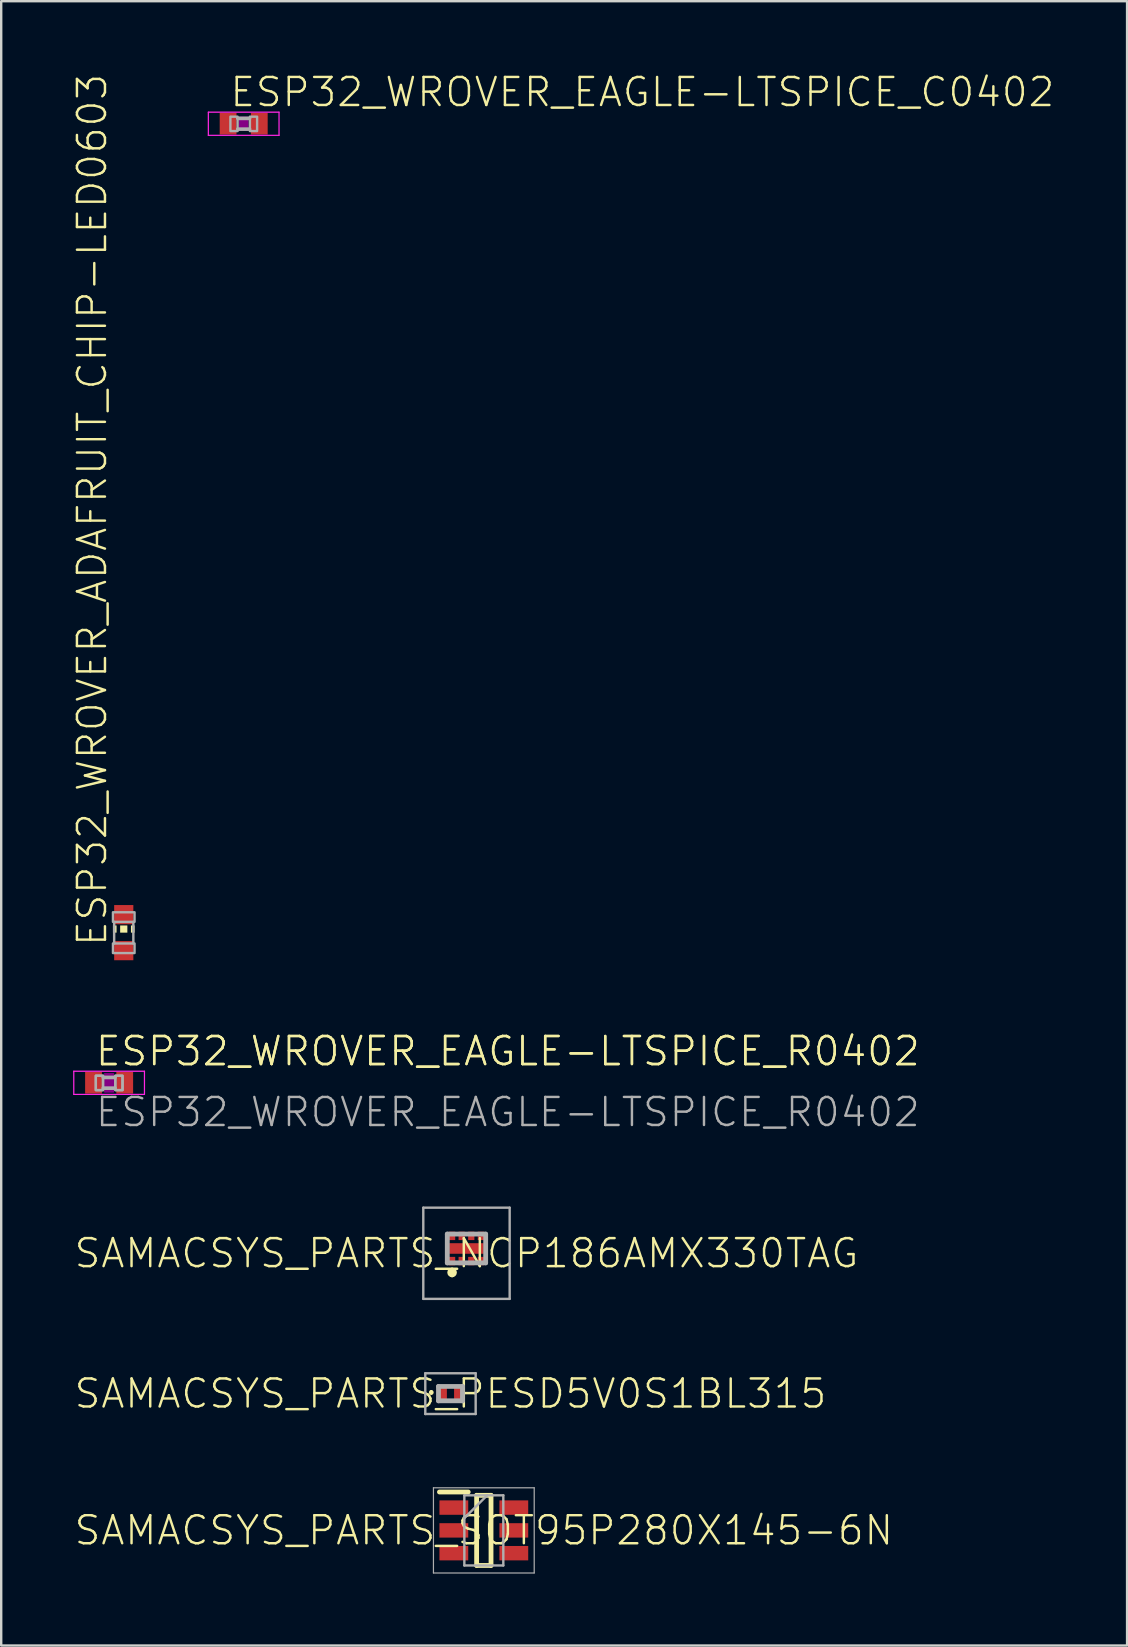
<source format=kicad_pcb>
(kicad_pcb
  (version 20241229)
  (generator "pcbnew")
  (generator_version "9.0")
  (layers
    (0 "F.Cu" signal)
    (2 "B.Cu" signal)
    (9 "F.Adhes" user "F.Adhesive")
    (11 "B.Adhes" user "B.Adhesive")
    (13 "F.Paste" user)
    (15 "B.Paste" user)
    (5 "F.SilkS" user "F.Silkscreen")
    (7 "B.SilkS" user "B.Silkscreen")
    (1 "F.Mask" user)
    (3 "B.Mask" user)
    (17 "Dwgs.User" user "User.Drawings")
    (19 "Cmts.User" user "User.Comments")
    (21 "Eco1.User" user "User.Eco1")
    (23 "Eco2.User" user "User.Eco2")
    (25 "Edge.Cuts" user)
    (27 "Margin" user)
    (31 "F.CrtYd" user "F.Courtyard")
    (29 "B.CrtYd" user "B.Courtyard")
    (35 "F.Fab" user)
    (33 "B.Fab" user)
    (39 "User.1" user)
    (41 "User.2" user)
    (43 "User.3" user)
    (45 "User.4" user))
  (footprint "ESP32_WROVER_EAGLE-LTSPICE_R0402"
    (layer "F.Cu")
    (at 1.498 42.082)
    (property "Reference" "ESP32_WROVER_EAGLE-LTSPICE_R0402" (at -0.635 -0.635 0) (layer "F.SilkS") (effects (font (size 1.168 1.168) (thickness 0.102)) (justify left bottom)))
    (property "Value" "ESP32_WROVER_EAGLE-LTSPICE_R0402" (at -0.635 1.905 0) (layer "F.Fab") (hide yes) (effects (font (size 1.168 1.168) (thickness 0.102)) (justify left bottom)))
    (fp_poly (pts (xy -0.2 0.4) (xy 0.2 0.4) (xy 0.2 -0.4) (xy -0.2 -0.4)) (stroke (width 0) (type default)) (fill yes) (layer "F.Adhes"))
    (fp_poly (pts (xy -0.2 0.4) (xy 0.2 0.4) (xy 0.2 -0.4) (xy -0.2 -0.4)) (stroke (width 0) (type default)) (fill yes) (layer "F.Adhes"))
    (fp_line (start -1.473 -0.483) (end 1.473 -0.483) (stroke (width 0.051) (type solid)) (layer "F.CrtYd"))
    (fp_line (start -1.473 0.483) (end -1.473 -0.483) (stroke (width 0.051) (type solid)) (layer "F.CrtYd"))
    (fp_line (start 1.473 -0.483) (end 1.473 0.483) (stroke (width 0.051) (type solid)) (layer "F.CrtYd"))
    (fp_line (start 1.473 0.483) (end -1.473 0.483) (stroke (width 0.051) (type solid)) (layer "F.CrtYd"))
    (fp_line (start -0.245 -0.224) (end 0.245 -0.224) (stroke (width 0.152) (type solid)) (layer "F.Fab"))
    (fp_line (start 0.245 0.224) (end -0.245 0.224) (stroke (width 0.152) (type solid)) (layer "F.Fab"))
    (fp_poly (pts (xy -0.554 0.305) (xy -0.254 0.305) (xy -0.254 -0.295) (xy -0.554 -0.295)) (stroke (width 0.1) (type default)) (fill no) (layer "F.Fab"))
    (fp_poly (pts (xy -0.554 0.305) (xy -0.254 0.305) (xy -0.254 -0.295) (xy -0.554 -0.295)) (stroke (width 0.1) (type default)) (fill no) (layer "F.Fab"))
    (fp_poly (pts (xy 0.259 0.305) (xy 0.559 0.305) (xy 0.559 -0.295) (xy 0.259 -0.295)) (stroke (width 0.1) (type default)) (fill no) (layer "F.Fab"))
    (fp_poly (pts (xy 0.259 0.305) (xy 0.559 0.305) (xy 0.559 -0.295) (xy 0.259 -0.295)) (stroke (width 0.1) (type default)) (fill no) (layer "F.Fab"))
    (fp_text user "${REFERENCE}" (at -0.635 -0.635 0) (layer "F.SilkS") (effects (font (size 1.168 1.168) (thickness 0.102)) (justify left bottom)))
    (fp_text user "${VALUE}" (at -0.635 1.905 0) (layer "F.Fab") (effects (font (size 1.168 1.168) (thickness 0.102)) (justify left bottom)))
    (pad "1" smd rect (at -0.65 0) (size 0.7 0.9) (layers "F.Cu" "F.Mask" "F.Paste"))
    (pad "2" smd rect (at 0.65 0) (size 0.7 0.9) (layers "F.Cu" "F.Mask" "F.Paste")))
  (footprint "SAMACSYS_PARTS_SOT95P280X145-6N"
    (layer "F.Cu")
    (at 17.116 60.737)
    (property "Reference" "SAMACSYS_PARTS_SOT95P280X145-6N" (at 0 0 0) (layer "F.SilkS") (effects (font (size 1.168 1.168) (thickness 0.102))))
    (fp_line (start -1.85 -1.6) (end -0.65 -1.6) (stroke (width 0.2) (type solid)) (layer "F.SilkS"))
    (fp_line (start -0.3 -1.462) (end 0.3 -1.462) (stroke (width 0.2) (type solid)) (layer "F.SilkS"))
    (fp_line (start -0.3 1.462) (end -0.3 -1.462) (stroke (width 0.2) (type solid)) (layer "F.SilkS"))
    (fp_line (start 0.3 -1.462) (end 0.3 1.462) (stroke (width 0.2) (type solid)) (layer "F.SilkS"))
    (fp_line (start 0.3 1.462) (end -0.3 1.462) (stroke (width 0.2) (type solid)) (layer "F.SilkS"))
    (fp_line (start -2.1 -1.775) (end 2.1 -1.775) (stroke (width 0.05) (type solid)) (layer "F.Fab"))
    (fp_line (start -2.1 1.775) (end -2.1 -1.775) (stroke (width 0.05) (type solid)) (layer "F.Fab"))
    (fp_line (start -0.812 -1.462) (end 0.138 -1.462) (stroke (width 0.1) (type solid)) (layer "F.Fab"))
    (fp_line (start -0.812 -0.512) (end -0.812 -1.462) (stroke (width 0.1) (type solid)) (layer "F.Fab"))
    (fp_line (start -0.812 -0.512) (end 0.138 -1.462) (stroke (width 0.1) (type solid)) (layer "F.Fab"))
    (fp_line (start -0.812 1.462) (end -0.812 -0.512) (stroke (width 0.1) (type solid)) (layer "F.Fab"))
    (fp_line (start 0.138 -1.462) (end 0.812 -1.462) (stroke (width 0.1) (type solid)) (layer "F.Fab"))
    (fp_line (start 0.812 -1.462) (end 0.812 1.462) (stroke (width 0.1) (type solid)) (layer "F.Fab"))
    (fp_line (start 0.812 1.462) (end -0.812 1.462) (stroke (width 0.1) (type solid)) (layer "F.Fab"))
    (fp_line (start 2.1 -1.775) (end 2.1 1.775) (stroke (width 0.05) (type solid)) (layer "F.Fab"))
    (fp_line (start 2.1 1.775) (end -2.1 1.775) (stroke (width 0.05) (type solid)) (layer "F.Fab"))
    (pad "1" smd rect (at -1.25 -0.95) (size 1.2 0.6) (layers "F.Cu" "F.Mask" "F.Paste"))
    (pad "2" smd rect (at -1.25 0) (size 1.2 0.6) (layers "F.Cu" "F.Mask" "F.Paste"))
    (pad "3" smd rect (at -1.25 0.95) (size 1.2 0.6) (layers "F.Cu" "F.Mask" "F.Paste"))
    (pad "4" smd rect (at 1.25 0.95) (size 1.2 0.6) (layers "F.Cu" "F.Mask" "F.Paste"))
    (pad "5" smd rect (at 1.25 0) (size 1.2 0.6) (layers "F.Cu" "F.Mask" "F.Paste"))
    (pad "6" smd rect (at 1.25 -0.95) (size 1.2 0.6) (layers "F.Cu" "F.Mask" "F.Paste")))
  (footprint "SAMACSYS_PARTS_NCP186AMX330TAG"
    (layer "F.Cu")
    (at 16.393 49.237)
    (property "Reference" "SAMACSYS_PARTS_NCP186AMX330TAG" (at 0 -0.05 0) (layer "F.SilkS") (effects (font (size 1.168 1.168) (thickness 0.102))))
    (fp_arc (start -0.6 0.65) (mid -0.5 0.75) (end -0.6 0.85) (stroke (width 0.2) (type solid)) (layer "F.SilkS"))
    (fp_arc (start -0.6 0.85) (mid -0.7 0.75) (end -0.6 0.65) (stroke (width 0.2) (type solid)) (layer "F.SilkS"))
    (fp_line (start -1.8 -1.95) (end 1.8 -1.95) (stroke (width 0.1) (type solid)) (layer "F.Fab"))
    (fp_line (start -1.8 1.85) (end -1.8 -1.95) (stroke (width 0.1) (type solid)) (layer "F.Fab"))
    (fp_line (start -0.8 -0.85) (end 0.8 -0.85) (stroke (width 0.2) (type solid)) (layer "F.Fab"))
    (fp_line (start -0.8 0.35) (end -0.8 -0.85) (stroke (width 0.2) (type solid)) (layer "F.Fab"))
    (fp_line (start 0.8 -0.85) (end 0.8 0.35) (stroke (width 0.2) (type solid)) (layer "F.Fab"))
    (fp_line (start 0.8 0.35) (end -0.8 0.35) (stroke (width 0.2) (type solid)) (layer "F.Fab"))
    (fp_line (start 1.8 -1.95) (end 1.8 1.85) (stroke (width 0.1) (type solid)) (layer "F.Fab"))
    (fp_line (start 1.8 1.85) (end -1.8 1.85) (stroke (width 0.1) (type solid)) (layer "F.Fab"))
    (pad "1" smd rect (at -0.6 0.275 90) (size 0.35 0.26) (layers "F.Cu" "F.Mask" "F.Paste"))
    (pad "2" smd rect (at -0.2 0.275 90) (size 0.35 0.26) (layers "F.Cu" "F.Mask" "F.Paste"))
    (pad "3" smd rect (at 0.2 0.275 90) (size 0.35 0.26) (layers "F.Cu" "F.Mask" "F.Paste"))
    (pad "4" smd rect (at 0.6 0.275 90) (size 0.35 0.26) (layers "F.Cu" "F.Mask" "F.Paste"))
    (pad "5" smd rect (at 0.6 -0.775 90) (size 0.35 0.26) (layers "F.Cu" "F.Mask" "F.Paste"))
    (pad "6" smd rect (at 0.2 -0.775 90) (size 0.35 0.26) (layers "F.Cu" "F.Mask" "F.Paste"))
    (pad "7" smd rect (at -0.2 -0.775 90) (size 0.35 0.26) (layers "F.Cu" "F.Mask" "F.Paste"))
    (pad "8" smd rect (at -0.6 -0.775 90) (size 0.35 0.26) (layers "F.Cu" "F.Mask" "F.Paste"))
    (pad "9" smd rect (at 0 -0.25) (size 1.44 0.44) (layers "F.Cu" "F.Mask" "F.Paste")))
  (footprint "SAMACSYS_PARTS_PESD5V0S1BL315"
    (layer "F.Cu")
    (at 15.726 55.037)
    (property "Reference" "SAMACSYS_PARTS_PESD5V0S1BL315" (at 0 0 0) (layer "F.SilkS") (effects (font (size 1.168 1.168) (thickness 0.102))))
    (fp_arc (start -0.8 -0.1) (mid -0.75 -0.05) (end -0.8 0) (stroke (width 0.1) (type solid)) (layer "F.SilkS"))
    (fp_arc (start -0.8 0) (mid -0.85 -0.05) (end -0.8 -0.1) (stroke (width 0.1) (type solid)) (layer "F.SilkS"))
    (fp_line (start -1.05 -0.85) (end 1.05 -0.85) (stroke (width 0.1) (type solid)) (layer "F.Fab"))
    (fp_line (start -1.05 0.85) (end -1.05 -0.85) (stroke (width 0.1) (type solid)) (layer "F.Fab"))
    (fp_line (start -0.5 -0.3) (end 0.5 -0.3) (stroke (width 0.2) (type solid)) (layer "F.Fab"))
    (fp_line (start -0.5 0.3) (end -0.5 -0.3) (stroke (width 0.2) (type solid)) (layer "F.Fab"))
    (fp_line (start 0.5 -0.3) (end 0.5 0.3) (stroke (width 0.2) (type solid)) (layer "F.Fab"))
    (fp_line (start 0.5 0.3) (end -0.5 0.3) (stroke (width 0.2) (type solid)) (layer "F.Fab"))
    (fp_line (start 1.05 -0.85) (end 1.05 0.85) (stroke (width 0.1) (type solid)) (layer "F.Fab"))
    (fp_line (start 1.05 0.85) (end -1.05 0.85) (stroke (width 0.1) (type solid)) (layer "F.Fab"))
    (pad "1" smd rect (at -0.35 0 90) (size 0.7 0.4) (layers "F.Cu" "F.Mask" "F.Paste"))
    (pad "2" smd rect (at 0.35 0 90) (size 0.7 0.4) (layers "F.Cu" "F.Mask" "F.Paste")))
  (footprint "ESP32_WROVER_EAGLE-LTSPICE_C0402"
    (layer "F.Cu")
    (at 7.107 2.108)
    (property "Reference" "ESP32_WROVER_EAGLE-LTSPICE_C0402" (at -0.635 -0.635 0) (layer "F.SilkS") (effects (font (size 1.168 1.168) (thickness 0.102)) (justify left bottom)))
    (fp_poly (pts (xy -0.2 0.3) (xy 0.2 0.3) (xy 0.2 -0.3) (xy -0.2 -0.3)) (stroke (width 0) (type default)) (fill yes) (layer "F.Adhes"))
    (fp_line (start -1.473 -0.483) (end 1.473 -0.483) (stroke (width 0.051) (type solid)) (layer "F.CrtYd"))
    (fp_line (start -1.473 0.483) (end -1.473 -0.483) (stroke (width 0.051) (type solid)) (layer "F.CrtYd"))
    (fp_line (start 1.473 -0.483) (end 1.473 0.483) (stroke (width 0.051) (type solid)) (layer "F.CrtYd"))
    (fp_line (start 1.473 0.483) (end -1.473 0.483) (stroke (width 0.051) (type solid)) (layer "F.CrtYd"))
    (fp_line (start -0.245 -0.224) (end 0.245 -0.224) (stroke (width 0.152) (type solid)) (layer "F.Fab"))
    (fp_line (start 0.245 0.224) (end -0.245 0.224) (stroke (width 0.152) (type solid)) (layer "F.Fab"))
    (fp_poly (pts (xy -0.554 0.305) (xy -0.254 0.305) (xy -0.254 -0.295) (xy -0.554 -0.295)) (stroke (width 0.1) (type default)) (fill no) (layer "F.Fab"))
    (fp_poly (pts (xy 0.259 0.305) (xy 0.559 0.305) (xy 0.559 -0.295) (xy 0.259 -0.295)) (stroke (width 0.1) (type default)) (fill no) (layer "F.Fab"))
    (pad "1" smd rect (at -0.65 0) (size 0.7 0.9) (layers "F.Cu" "F.Mask" "F.Paste"))
    (pad "2" smd rect (at 0.65 0) (size 0.7 0.9) (layers "F.Cu" "F.Mask" "F.Paste")))
  (footprint "ESP32_WROVER_ADAFRUIT_CHIP-LED0603"
    (layer "F.Cu")
    (at 2.108 35.823)
    (property "Reference" "ESP32_WROVER_ADAFRUIT_CHIP-LED0603" (at -0.635 0.635 90) (layer "F.SilkS") (effects (font (size 1.168 1.168) (thickness 0.102)) (justify left bottom)))
    (fp_poly (pts (xy -0.45 0) (xy -0.3 0) (xy -0.3 -0.3) (xy -0.45 -0.3)) (stroke (width 0) (type default)) (fill yes) (layer "F.SilkS"))
    (fp_poly (pts (xy -0.15 0) (xy 0.15 0) (xy 0.15 -0.3) (xy -0.15 -0.3)) (stroke (width 0) (type default)) (fill yes) (layer "F.SilkS"))
    (fp_poly (pts (xy 0.3 0) (xy 0.45 0) (xy 0.45 -0.3) (xy 0.3 -0.3)) (stroke (width 0) (type default)) (fill yes) (layer "F.SilkS"))
    (fp_line (start -0.4 -0.45) (end -0.4 0.45) (stroke (width 0.102) (type solid)) (layer "F.Fab"))
    (fp_line (start 0.4 -0.45) (end 0.4 0.45) (stroke (width 0.102) (type solid)) (layer "F.Fab"))
    (fp_poly (pts (xy -0.45 -0.45) (xy 0.45 -0.45) (xy 0.45 -0.85) (xy -0.45 -0.85)) (stroke (width 0.1) (type default)) (fill no) (layer "F.Fab"))
    (fp_poly (pts (xy -0.45 0.85) (xy 0.45 0.85) (xy 0.45 0.45) (xy -0.45 0.45)) (stroke (width 0.1) (type default)) (fill no) (layer "F.Fab"))
    (pad "A" smd rect (at 0 0.75) (size 0.8 0.8) (layers "F.Cu" "F.Mask" "F.Paste"))
    (pad "C" smd rect (at 0 -0.75) (size 0.8 0.8) (layers "F.Cu" "F.Mask" "F.Paste")))
  (gr_rect
    (start -3 -3)
    (end 43.927 65.537)
    (stroke (width 0.1) (type default))
    (fill no)
    (layer "Edge.Cuts")))
</source>
